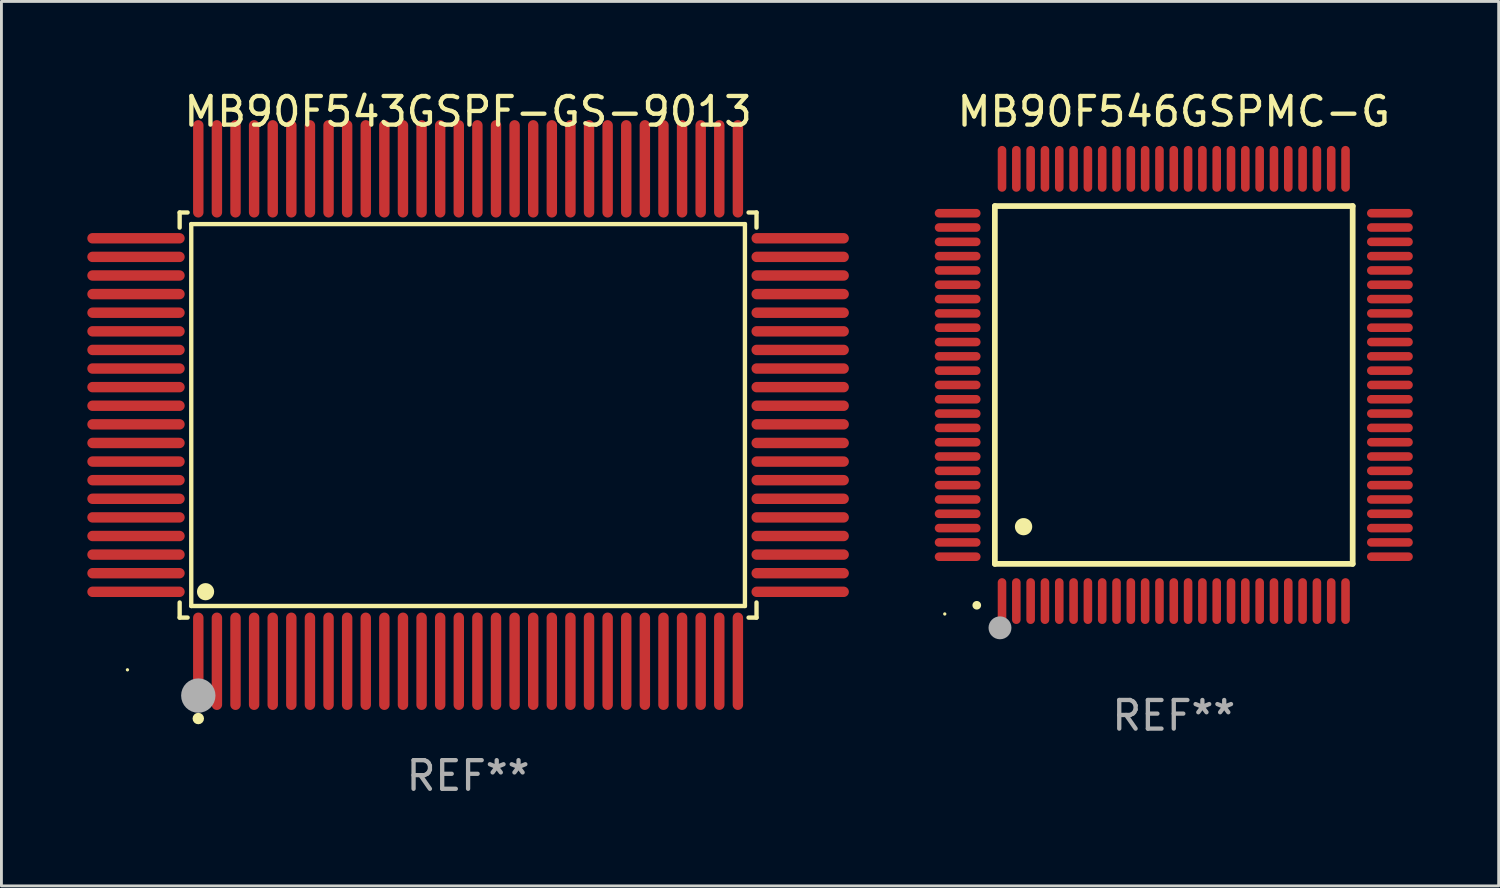
<source format=kicad_pcb>
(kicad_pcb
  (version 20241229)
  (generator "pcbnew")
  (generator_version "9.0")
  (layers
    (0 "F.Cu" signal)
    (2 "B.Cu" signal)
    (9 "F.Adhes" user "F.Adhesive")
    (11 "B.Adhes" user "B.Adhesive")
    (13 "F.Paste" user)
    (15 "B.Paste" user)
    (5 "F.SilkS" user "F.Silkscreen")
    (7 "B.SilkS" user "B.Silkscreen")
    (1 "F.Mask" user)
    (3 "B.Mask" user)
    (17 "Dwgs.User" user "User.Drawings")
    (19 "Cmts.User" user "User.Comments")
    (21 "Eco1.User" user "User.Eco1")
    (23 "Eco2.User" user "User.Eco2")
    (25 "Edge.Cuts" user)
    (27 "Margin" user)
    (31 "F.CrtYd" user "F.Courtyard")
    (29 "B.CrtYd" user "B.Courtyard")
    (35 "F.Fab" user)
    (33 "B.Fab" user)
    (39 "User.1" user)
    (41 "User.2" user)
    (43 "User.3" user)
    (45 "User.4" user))
  (footprint "MB90F546GSPMC-G"
    (layer "F.Cu")
    (at 37.954 10.398)
    (property "Reference" "MB90F546GSPMC-G" (at 0 -9.55 0) (layer "F.SilkS") (effects (font (size 1 1) (thickness 0.15))))
    (attr through_hole)
    (fp_line (start -6.25 -6.25) (end -6.25 6.25) (stroke (width 0.2) (type solid)) (layer "F.SilkS"))
    (fp_line (start -6.25 6.25) (end 6.25 6.25) (stroke (width 0.2) (type solid)) (layer "F.SilkS"))
    (fp_line (start 6.25 -6.25) (end -6.25 -6.25) (stroke (width 0.2) (type solid)) (layer "F.SilkS"))
    (fp_line (start 6.25 6.25) (end 6.25 -6.25) (stroke (width 0.2) (type solid)) (layer "F.SilkS"))
    (fp_arc (start -6.883414 7.696215) (mid -6.882144 7.69621) (end -6.880874 7.696215) (stroke (width 0.3) (type solid)) (layer "F.SilkS"))
    (fp_arc (start -5.250191 4.95047) (mid -5.247651 4.950459) (end -5.245111 4.95047) (stroke (width 0.6) (type solid)) (layer "F.SilkS"))
    (fp_circle (center -8 8) (end -7.97 8) (stroke (width 0.06) (type solid)) (fill no) (layer "F.SilkS"))
    (fp_circle (center -6.071 8.484) (end -5.871 8.484) (stroke (width 0.4) (type solid)) (fill no) (layer "F.Fab"))
    (fp_text user "REF**" (at 0 11.55 0) (layer "F.Fab") (effects (font (size 1 1) (thickness 0.15))))
    (pad "1" smd oval (at -6 7.55) (size 0.3 1.6) (layers "F.Cu" "F.Mask" "F.Paste"))
    (pad "2" smd oval (at -5.5 7.55) (size 0.3 1.6) (layers "F.Cu" "F.Mask" "F.Paste"))
    (pad "3" smd oval (at -5 7.55) (size 0.3 1.6) (layers "F.Cu" "F.Mask" "F.Paste"))
    (pad "4" smd oval (at -4.5 7.55) (size 0.3 1.6) (layers "F.Cu" "F.Mask" "F.Paste"))
    (pad "5" smd oval (at -4 7.55) (size 0.3 1.6) (layers "F.Cu" "F.Mask" "F.Paste"))
    (pad "6" smd oval (at -3.5 7.55) (size 0.3 1.6) (layers "F.Cu" "F.Mask" "F.Paste"))
    (pad "7" smd oval (at -3 7.55) (size 0.3 1.6) (layers "F.Cu" "F.Mask" "F.Paste"))
    (pad "8" smd oval (at -2.5 7.55) (size 0.3 1.6) (layers "F.Cu" "F.Mask" "F.Paste"))
    (pad "9" smd oval (at -2 7.55) (size 0.3 1.6) (layers "F.Cu" "F.Mask" "F.Paste"))
    (pad "10" smd oval (at -1.5 7.55) (size 0.3 1.6) (layers "F.Cu" "F.Mask" "F.Paste"))
    (pad "11" smd oval (at -1 7.55) (size 0.3 1.6) (layers "F.Cu" "F.Mask" "F.Paste"))
    (pad "12" smd oval (at -0.5 7.55) (size 0.3 1.6) (layers "F.Cu" "F.Mask" "F.Paste"))
    (pad "13" smd oval (at 0 7.55) (size 0.3 1.6) (layers "F.Cu" "F.Mask" "F.Paste"))
    (pad "14" smd oval (at 0.5 7.55) (size 0.3 1.6) (layers "F.Cu" "F.Mask" "F.Paste"))
    (pad "15" smd oval (at 1 7.55) (size 0.3 1.6) (layers "F.Cu" "F.Mask" "F.Paste"))
    (pad "16" smd oval (at 1.5 7.55) (size 0.3 1.6) (layers "F.Cu" "F.Mask" "F.Paste"))
    (pad "17" smd oval (at 2 7.55) (size 0.3 1.6) (layers "F.Cu" "F.Mask" "F.Paste"))
    (pad "18" smd oval (at 2.5 7.55) (size 0.3 1.6) (layers "F.Cu" "F.Mask" "F.Paste"))
    (pad "19" smd oval (at 3 7.55) (size 0.3 1.6) (layers "F.Cu" "F.Mask" "F.Paste"))
    (pad "20" smd oval (at 3.5 7.55) (size 0.3 1.6) (layers "F.Cu" "F.Mask" "F.Paste"))
    (pad "21" smd oval (at 4 7.55) (size 0.3 1.6) (layers "F.Cu" "F.Mask" "F.Paste"))
    (pad "22" smd oval (at 4.5 7.55) (size 0.3 1.6) (layers "F.Cu" "F.Mask" "F.Paste"))
    (pad "23" smd oval (at 5 7.55) (size 0.3 1.6) (layers "F.Cu" "F.Mask" "F.Paste"))
    (pad "24" smd oval (at 5.5 7.55) (size 0.3 1.6) (layers "F.Cu" "F.Mask" "F.Paste"))
    (pad "25" smd oval (at 6 7.55) (size 0.3 1.6) (layers "F.Cu" "F.Mask" "F.Paste"))
    (pad "26" smd oval (at 7.55 6) (size 1.6 0.3) (layers "F.Cu" "F.Mask" "F.Paste"))
    (pad "27" smd oval (at 7.55 5.5) (size 1.6 0.3) (layers "F.Cu" "F.Mask" "F.Paste"))
    (pad "28" smd oval (at 7.55 5) (size 1.6 0.3) (layers "F.Cu" "F.Mask" "F.Paste"))
    (pad "29" smd oval (at 7.55 4.5) (size 1.6 0.3) (layers "F.Cu" "F.Mask" "F.Paste"))
    (pad "30" smd oval (at 7.55 4) (size 1.6 0.3) (layers "F.Cu" "F.Mask" "F.Paste"))
    (pad "31" smd oval (at 7.55 3.5) (size 1.6 0.3) (layers "F.Cu" "F.Mask" "F.Paste"))
    (pad "32" smd oval (at 7.55 3) (size 1.6 0.3) (layers "F.Cu" "F.Mask" "F.Paste"))
    (pad "33" smd oval (at 7.55 2.5) (size 1.6 0.3) (layers "F.Cu" "F.Mask" "F.Paste"))
    (pad "34" smd oval (at 7.55 2) (size 1.6 0.3) (layers "F.Cu" "F.Mask" "F.Paste"))
    (pad "35" smd oval (at 7.55 1.5) (size 1.6 0.3) (layers "F.Cu" "F.Mask" "F.Paste"))
    (pad "36" smd oval (at 7.55 1) (size 1.6 0.3) (layers "F.Cu" "F.Mask" "F.Paste"))
    (pad "37" smd oval (at 7.55 0.5) (size 1.6 0.3) (layers "F.Cu" "F.Mask" "F.Paste"))
    (pad "38" smd oval (at 7.55 0) (size 1.6 0.3) (layers "F.Cu" "F.Mask" "F.Paste"))
    (pad "39" smd oval (at 7.55 -0.5) (size 1.6 0.3) (layers "F.Cu" "F.Mask" "F.Paste"))
    (pad "40" smd oval (at 7.55 -1) (size 1.6 0.3) (layers "F.Cu" "F.Mask" "F.Paste"))
    (pad "41" smd oval (at 7.55 -1.5) (size 1.6 0.3) (layers "F.Cu" "F.Mask" "F.Paste"))
    (pad "42" smd oval (at 7.55 -2) (size 1.6 0.3) (layers "F.Cu" "F.Mask" "F.Paste"))
    (pad "43" smd oval (at 7.55 -2.5) (size 1.6 0.3) (layers "F.Cu" "F.Mask" "F.Paste"))
    (pad "44" smd oval (at 7.55 -3) (size 1.6 0.3) (layers "F.Cu" "F.Mask" "F.Paste"))
    (pad "45" smd oval (at 7.55 -3.5) (size 1.6 0.3) (layers "F.Cu" "F.Mask" "F.Paste"))
    (pad "46" smd oval (at 7.55 -4) (size 1.6 0.3) (layers "F.Cu" "F.Mask" "F.Paste"))
    (pad "47" smd oval (at 7.55 -4.5) (size 1.6 0.3) (layers "F.Cu" "F.Mask" "F.Paste"))
    (pad "48" smd oval (at 7.55 -5) (size 1.6 0.3) (layers "F.Cu" "F.Mask" "F.Paste"))
    (pad "49" smd oval (at 7.55 -5.5) (size 1.6 0.3) (layers "F.Cu" "F.Mask" "F.Paste"))
    (pad "50" smd oval (at 7.55 -6) (size 1.6 0.3) (layers "F.Cu" "F.Mask" "F.Paste"))
    (pad "51" smd oval (at 6 -7.55) (size 0.3 1.6) (layers "F.Cu" "F.Mask" "F.Paste"))
    (pad "52" smd oval (at 5.5 -7.55) (size 0.3 1.6) (layers "F.Cu" "F.Mask" "F.Paste"))
    (pad "53" smd oval (at 5 -7.55) (size 0.3 1.6) (layers "F.Cu" "F.Mask" "F.Paste"))
    (pad "54" smd oval (at 4.5 -7.55) (size 0.3 1.6) (layers "F.Cu" "F.Mask" "F.Paste"))
    (pad "55" smd oval (at 4 -7.55) (size 0.3 1.6) (layers "F.Cu" "F.Mask" "F.Paste"))
    (pad "56" smd oval (at 3.5 -7.55) (size 0.3 1.6) (layers "F.Cu" "F.Mask" "F.Paste"))
    (pad "57" smd oval (at 3 -7.55) (size 0.3 1.6) (layers "F.Cu" "F.Mask" "F.Paste"))
    (pad "58" smd oval (at 2.5 -7.55) (size 0.3 1.6) (layers "F.Cu" "F.Mask" "F.Paste"))
    (pad "59" smd oval (at 2 -7.55) (size 0.3 1.6) (layers "F.Cu" "F.Mask" "F.Paste"))
    (pad "60" smd oval (at 1.5 -7.55) (size 0.3 1.6) (layers "F.Cu" "F.Mask" "F.Paste"))
    (pad "61" smd oval (at 1 -7.55) (size 0.3 1.6) (layers "F.Cu" "F.Mask" "F.Paste"))
    (pad "62" smd oval (at 0.5 -7.55) (size 0.3 1.6) (layers "F.Cu" "F.Mask" "F.Paste"))
    (pad "63" smd oval (at 0 -7.55) (size 0.3 1.6) (layers "F.Cu" "F.Mask" "F.Paste"))
    (pad "64" smd oval (at -0.5 -7.55) (size 0.3 1.6) (layers "F.Cu" "F.Mask" "F.Paste"))
    (pad "65" smd oval (at -1 -7.55) (size 0.3 1.6) (layers "F.Cu" "F.Mask" "F.Paste"))
    (pad "66" smd oval (at -1.5 -7.55) (size 0.3 1.6) (layers "F.Cu" "F.Mask" "F.Paste"))
    (pad "67" smd oval (at -2 -7.55) (size 0.3 1.6) (layers "F.Cu" "F.Mask" "F.Paste"))
    (pad "68" smd oval (at -2.5 -7.55) (size 0.3 1.6) (layers "F.Cu" "F.Mask" "F.Paste"))
    (pad "69" smd oval (at -3 -7.55) (size 0.3 1.6) (layers "F.Cu" "F.Mask" "F.Paste"))
    (pad "70" smd oval (at -3.5 -7.55) (size 0.3 1.6) (layers "F.Cu" "F.Mask" "F.Paste"))
    (pad "71" smd oval (at -4 -7.55) (size 0.3 1.6) (layers "F.Cu" "F.Mask" "F.Paste"))
    (pad "72" smd oval (at -4.5 -7.55) (size 0.3 1.6) (layers "F.Cu" "F.Mask" "F.Paste"))
    (pad "73" smd oval (at -5 -7.55) (size 0.3 1.6) (layers "F.Cu" "F.Mask" "F.Paste"))
    (pad "74" smd oval (at -5.5 -7.55) (size 0.3 1.6) (layers "F.Cu" "F.Mask" "F.Paste"))
    (pad "75" smd oval (at -6 -7.55) (size 0.3 1.6) (layers "F.Cu" "F.Mask" "F.Paste"))
    (pad "76" smd oval (at -7.55 -6) (size 1.6 0.3) (layers "F.Cu" "F.Mask" "F.Paste"))
    (pad "77" smd oval (at -7.55 -5.5) (size 1.6 0.3) (layers "F.Cu" "F.Mask" "F.Paste"))
    (pad "78" smd oval (at -7.55 -5) (size 1.6 0.3) (layers "F.Cu" "F.Mask" "F.Paste"))
    (pad "79" smd oval (at -7.55 -4.5) (size 1.6 0.3) (layers "F.Cu" "F.Mask" "F.Paste"))
    (pad "80" smd oval (at -7.55 -4) (size 1.6 0.3) (layers "F.Cu" "F.Mask" "F.Paste"))
    (pad "81" smd oval (at -7.55 -3.5) (size 1.6 0.3) (layers "F.Cu" "F.Mask" "F.Paste"))
    (pad "82" smd oval (at -7.55 -3) (size 1.6 0.3) (layers "F.Cu" "F.Mask" "F.Paste"))
    (pad "83" smd oval (at -7.55 -2.5) (size 1.6 0.3) (layers "F.Cu" "F.Mask" "F.Paste"))
    (pad "84" smd oval (at -7.55 -2) (size 1.6 0.3) (layers "F.Cu" "F.Mask" "F.Paste"))
    (pad "85" smd oval (at -7.55 -1.5) (size 1.6 0.3) (layers "F.Cu" "F.Mask" "F.Paste"))
    (pad "86" smd oval (at -7.55 -1) (size 1.6 0.3) (layers "F.Cu" "F.Mask" "F.Paste"))
    (pad "87" smd oval (at -7.55 -0.5) (size 1.6 0.3) (layers "F.Cu" "F.Mask" "F.Paste"))
    (pad "88" smd oval (at -7.55 0) (size 1.6 0.3) (layers "F.Cu" "F.Mask" "F.Paste"))
    (pad "89" smd oval (at -7.55 0.5) (size 1.6 0.3) (layers "F.Cu" "F.Mask" "F.Paste"))
    (pad "90" smd oval (at -7.55 1) (size 1.6 0.3) (layers "F.Cu" "F.Mask" "F.Paste"))
    (pad "91" smd oval (at -7.55 1.5) (size 1.6 0.3) (layers "F.Cu" "F.Mask" "F.Paste"))
    (pad "92" smd oval (at -7.55 2) (size 1.6 0.3) (layers "F.Cu" "F.Mask" "F.Paste"))
    (pad "93" smd oval (at -7.55 2.5) (size 1.6 0.3) (layers "F.Cu" "F.Mask" "F.Paste"))
    (pad "94" smd oval (at -7.55 3) (size 1.6 0.3) (layers "F.Cu" "F.Mask" "F.Paste"))
    (pad "95" smd oval (at -7.55 3.5) (size 1.6 0.3) (layers "F.Cu" "F.Mask" "F.Paste"))
    (pad "96" smd oval (at -7.55 4) (size 1.6 0.3) (layers "F.Cu" "F.Mask" "F.Paste"))
    (pad "97" smd oval (at -7.55 4.5) (size 1.6 0.3) (layers "F.Cu" "F.Mask" "F.Paste"))
    (pad "98" smd oval (at -7.55 5) (size 1.6 0.3) (layers "F.Cu" "F.Mask" "F.Paste"))
    (pad "99" smd oval (at -7.55 5.5) (size 1.6 0.3) (layers "F.Cu" "F.Mask" "F.Paste"))
    (pad "100" smd oval (at -7.55 6) (size 1.6 0.3) (layers "F.Cu" "F.Mask" "F.Paste")))
  (footprint "MB90F543GSPF-GS-9013"
    (layer "F.Cu")
    (at 13.302 11.449)
    (property "Reference" "MB90F543GSPF-GS-9013" (at 0 -10.601 0) (layer "F.SilkS") (effects (font (size 1 1) (thickness 0.15))))
    (attr through_hole)
    (fp_line (start -10.076 -7.076) (end -9.798 -7.076) (stroke (width 0.152) (type solid)) (layer "F.SilkS"))
    (fp_line (start -10.076 -6.548) (end -10.076 -7.076) (stroke (width 0.152) (type solid)) (layer "F.SilkS"))
    (fp_line (start -10.076 6.548) (end -10.076 7.076) (stroke (width 0.152) (type solid)) (layer "F.SilkS"))
    (fp_line (start -10.076 7.076) (end -9.798 7.076) (stroke (width 0.152) (type solid)) (layer "F.SilkS"))
    (fp_line (start -9.671 -6.671) (end 9.671 -6.671) (stroke (width 0.152) (type solid)) (layer "F.SilkS"))
    (fp_line (start -9.671 6.671) (end -9.671 -6.671) (stroke (width 0.152) (type solid)) (layer "F.SilkS"))
    (fp_line (start 9.671 -6.671) (end 9.671 6.671) (stroke (width 0.152) (type solid)) (layer "F.SilkS"))
    (fp_line (start 9.671 6.671) (end -9.671 6.671) (stroke (width 0.152) (type solid)) (layer "F.SilkS"))
    (fp_line (start 10.076 -7.076) (end 9.798 -7.076) (stroke (width 0.152) (type solid)) (layer "F.SilkS"))
    (fp_line (start 10.076 -6.548) (end 10.076 -7.076) (stroke (width 0.152) (type solid)) (layer "F.SilkS"))
    (fp_line (start 10.076 6.548) (end 10.076 7.076) (stroke (width 0.152) (type solid)) (layer "F.SilkS"))
    (fp_line (start 10.076 7.076) (end 9.798 7.076) (stroke (width 0.152) (type solid)) (layer "F.SilkS"))
    (fp_circle (center -11.9 8.9) (end -11.87 8.9) (stroke (width 0.06) (type solid)) (fill no) (layer "F.SilkS"))
    (fp_circle (center -9.425 10.602) (end -9.325 10.602) (stroke (width 0.2) (type solid)) (fill no) (layer "F.SilkS"))
    (fp_circle (center -9.171 6.171) (end -9.021 6.171) (stroke (width 0.3) (type solid)) (fill no) (layer "F.SilkS"))
    (fp_circle (center -9.425 9.8) (end -9.125 9.8) (stroke (width 0.6) (type solid)) (fill no) (layer "F.Fab"))
    (fp_text user "REF**" (at 0 12.601 0) (layer "F.Fab") (effects (font (size 1 1) (thickness 0.15))))
    (pad "1" smd oval (at -9.425 8.601) (size 0.364 3.402) (layers "F.Cu" "F.Mask" "F.Paste"))
    (pad "2" smd oval (at -8.775 8.601) (size 0.364 3.402) (layers "F.Cu" "F.Mask" "F.Paste"))
    (pad "3" smd oval (at -8.125 8.601) (size 0.364 3.402) (layers "F.Cu" "F.Mask" "F.Paste"))
    (pad "4" smd oval (at -7.475 8.601) (size 0.364 3.402) (layers "F.Cu" "F.Mask" "F.Paste"))
    (pad "5" smd oval (at -6.825 8.601) (size 0.364 3.402) (layers "F.Cu" "F.Mask" "F.Paste"))
    (pad "6" smd oval (at -6.175 8.601) (size 0.364 3.402) (layers "F.Cu" "F.Mask" "F.Paste"))
    (pad "7" smd oval (at -5.525 8.601) (size 0.364 3.402) (layers "F.Cu" "F.Mask" "F.Paste"))
    (pad "8" smd oval (at -4.875 8.601) (size 0.364 3.402) (layers "F.Cu" "F.Mask" "F.Paste"))
    (pad "9" smd oval (at -4.225 8.601) (size 0.364 3.402) (layers "F.Cu" "F.Mask" "F.Paste"))
    (pad "10" smd oval (at -3.575 8.601) (size 0.364 3.402) (layers "F.Cu" "F.Mask" "F.Paste"))
    (pad "11" smd oval (at -2.925 8.601) (size 0.364 3.402) (layers "F.Cu" "F.Mask" "F.Paste"))
    (pad "12" smd oval (at -2.275 8.601) (size 0.364 3.402) (layers "F.Cu" "F.Mask" "F.Paste"))
    (pad "13" smd oval (at -1.625 8.601) (size 0.364 3.402) (layers "F.Cu" "F.Mask" "F.Paste"))
    (pad "14" smd oval (at -0.975 8.601) (size 0.364 3.402) (layers "F.Cu" "F.Mask" "F.Paste"))
    (pad "15" smd oval (at -0.325 8.601) (size 0.364 3.402) (layers "F.Cu" "F.Mask" "F.Paste"))
    (pad "16" smd oval (at 0.325 8.601) (size 0.364 3.402) (layers "F.Cu" "F.Mask" "F.Paste"))
    (pad "17" smd oval (at 0.975 8.601) (size 0.364 3.402) (layers "F.Cu" "F.Mask" "F.Paste"))
    (pad "18" smd oval (at 1.625 8.601) (size 0.364 3.402) (layers "F.Cu" "F.Mask" "F.Paste"))
    (pad "19" smd oval (at 2.275 8.601) (size 0.364 3.402) (layers "F.Cu" "F.Mask" "F.Paste"))
    (pad "20" smd oval (at 2.925 8.601) (size 0.364 3.402) (layers "F.Cu" "F.Mask" "F.Paste"))
    (pad "21" smd oval (at 3.575 8.601) (size 0.364 3.402) (layers "F.Cu" "F.Mask" "F.Paste"))
    (pad "22" smd oval (at 4.225 8.601) (size 0.364 3.402) (layers "F.Cu" "F.Mask" "F.Paste"))
    (pad "23" smd oval (at 4.875 8.601) (size 0.364 3.402) (layers "F.Cu" "F.Mask" "F.Paste"))
    (pad "24" smd oval (at 5.525 8.601) (size 0.364 3.402) (layers "F.Cu" "F.Mask" "F.Paste"))
    (pad "25" smd oval (at 6.175 8.601) (size 0.364 3.402) (layers "F.Cu" "F.Mask" "F.Paste"))
    (pad "26" smd oval (at 6.825 8.601) (size 0.364 3.402) (layers "F.Cu" "F.Mask" "F.Paste"))
    (pad "27" smd oval (at 7.475 8.601) (size 0.364 3.402) (layers "F.Cu" "F.Mask" "F.Paste"))
    (pad "28" smd oval (at 8.125 8.601) (size 0.364 3.402) (layers "F.Cu" "F.Mask" "F.Paste"))
    (pad "29" smd oval (at 8.775 8.601) (size 0.364 3.402) (layers "F.Cu" "F.Mask" "F.Paste"))
    (pad "30" smd oval (at 9.425 8.601) (size 0.364 3.402) (layers "F.Cu" "F.Mask" "F.Paste"))
    (pad "31" smd oval (at 11.601 6.175) (size 3.402 0.364) (layers "F.Cu" "F.Mask" "F.Paste"))
    (pad "32" smd oval (at 11.601 5.525) (size 3.402 0.364) (layers "F.Cu" "F.Mask" "F.Paste"))
    (pad "33" smd oval (at 11.601 4.875) (size 3.402 0.364) (layers "F.Cu" "F.Mask" "F.Paste"))
    (pad "34" smd oval (at 11.601 4.225) (size 3.402 0.364) (layers "F.Cu" "F.Mask" "F.Paste"))
    (pad "35" smd oval (at 11.601 3.575) (size 3.402 0.364) (layers "F.Cu" "F.Mask" "F.Paste"))
    (pad "36" smd oval (at 11.601 2.925) (size 3.402 0.364) (layers "F.Cu" "F.Mask" "F.Paste"))
    (pad "37" smd oval (at 11.601 2.275) (size 3.402 0.364) (layers "F.Cu" "F.Mask" "F.Paste"))
    (pad "38" smd oval (at 11.601 1.625) (size 3.402 0.364) (layers "F.Cu" "F.Mask" "F.Paste"))
    (pad "39" smd oval (at 11.601 0.975) (size 3.402 0.364) (layers "F.Cu" "F.Mask" "F.Paste"))
    (pad "40" smd oval (at 11.601 0.325) (size 3.402 0.364) (layers "F.Cu" "F.Mask" "F.Paste"))
    (pad "41" smd oval (at 11.601 -0.325) (size 3.402 0.364) (layers "F.Cu" "F.Mask" "F.Paste"))
    (pad "42" smd oval (at 11.601 -0.975) (size 3.402 0.364) (layers "F.Cu" "F.Mask" "F.Paste"))
    (pad "43" smd oval (at 11.601 -1.625) (size 3.402 0.364) (layers "F.Cu" "F.Mask" "F.Paste"))
    (pad "44" smd oval (at 11.601 -2.275) (size 3.402 0.364) (layers "F.Cu" "F.Mask" "F.Paste"))
    (pad "45" smd oval (at 11.601 -2.925) (size 3.402 0.364) (layers "F.Cu" "F.Mask" "F.Paste"))
    (pad "46" smd oval (at 11.601 -3.575) (size 3.402 0.364) (layers "F.Cu" "F.Mask" "F.Paste"))
    (pad "47" smd oval (at 11.601 -4.225) (size 3.402 0.364) (layers "F.Cu" "F.Mask" "F.Paste"))
    (pad "48" smd oval (at 11.601 -4.875) (size 3.402 0.364) (layers "F.Cu" "F.Mask" "F.Paste"))
    (pad "49" smd oval (at 11.601 -5.525) (size 3.402 0.364) (layers "F.Cu" "F.Mask" "F.Paste"))
    (pad "50" smd oval (at 11.601 -6.175) (size 3.402 0.364) (layers "F.Cu" "F.Mask" "F.Paste"))
    (pad "51" smd oval (at 9.425 -8.601) (size 0.364 3.402) (layers "F.Cu" "F.Mask" "F.Paste"))
    (pad "52" smd oval (at 8.775 -8.601) (size 0.364 3.402) (layers "F.Cu" "F.Mask" "F.Paste"))
    (pad "53" smd oval (at 8.125 -8.601) (size 0.364 3.402) (layers "F.Cu" "F.Mask" "F.Paste"))
    (pad "54" smd oval (at 7.475 -8.601) (size 0.364 3.402) (layers "F.Cu" "F.Mask" "F.Paste"))
    (pad "55" smd oval (at 6.825 -8.601) (size 0.364 3.402) (layers "F.Cu" "F.Mask" "F.Paste"))
    (pad "56" smd oval (at 6.175 -8.601) (size 0.364 3.402) (layers "F.Cu" "F.Mask" "F.Paste"))
    (pad "57" smd oval (at 5.525 -8.601) (size 0.364 3.402) (layers "F.Cu" "F.Mask" "F.Paste"))
    (pad "58" smd oval (at 4.875 -8.601) (size 0.364 3.402) (layers "F.Cu" "F.Mask" "F.Paste"))
    (pad "59" smd oval (at 4.225 -8.601) (size 0.364 3.402) (layers "F.Cu" "F.Mask" "F.Paste"))
    (pad "60" smd oval (at 3.575 -8.601) (size 0.364 3.402) (layers "F.Cu" "F.Mask" "F.Paste"))
    (pad "61" smd oval (at 2.925 -8.601) (size 0.364 3.402) (layers "F.Cu" "F.Mask" "F.Paste"))
    (pad "62" smd oval (at 2.275 -8.601) (size 0.364 3.402) (layers "F.Cu" "F.Mask" "F.Paste"))
    (pad "63" smd oval (at 1.625 -8.601) (size 0.364 3.402) (layers "F.Cu" "F.Mask" "F.Paste"))
    (pad "64" smd oval (at 0.975 -8.601) (size 0.364 3.402) (layers "F.Cu" "F.Mask" "F.Paste"))
    (pad "65" smd oval (at 0.325 -8.601) (size 0.364 3.402) (layers "F.Cu" "F.Mask" "F.Paste"))
    (pad "66" smd oval (at -0.325 -8.601) (size 0.364 3.402) (layers "F.Cu" "F.Mask" "F.Paste"))
    (pad "67" smd oval (at -0.975 -8.601) (size 0.364 3.402) (layers "F.Cu" "F.Mask" "F.Paste"))
    (pad "68" smd oval (at -1.625 -8.601) (size 0.364 3.402) (layers "F.Cu" "F.Mask" "F.Paste"))
    (pad "69" smd oval (at -2.275 -8.601) (size 0.364 3.402) (layers "F.Cu" "F.Mask" "F.Paste"))
    (pad "70" smd oval (at -2.925 -8.601) (size 0.364 3.402) (layers "F.Cu" "F.Mask" "F.Paste"))
    (pad "71" smd oval (at -3.575 -8.601) (size 0.364 3.402) (layers "F.Cu" "F.Mask" "F.Paste"))
    (pad "72" smd oval (at -4.225 -8.601) (size 0.364 3.402) (layers "F.Cu" "F.Mask" "F.Paste"))
    (pad "73" smd oval (at -4.875 -8.601) (size 0.364 3.402) (layers "F.Cu" "F.Mask" "F.Paste"))
    (pad "74" smd oval (at -5.525 -8.601) (size 0.364 3.402) (layers "F.Cu" "F.Mask" "F.Paste"))
    (pad "75" smd oval (at -6.175 -8.601) (size 0.364 3.402) (layers "F.Cu" "F.Mask" "F.Paste"))
    (pad "76" smd oval (at -6.825 -8.601) (size 0.364 3.402) (layers "F.Cu" "F.Mask" "F.Paste"))
    (pad "77" smd oval (at -7.475 -8.601) (size 0.364 3.402) (layers "F.Cu" "F.Mask" "F.Paste"))
    (pad "78" smd oval (at -8.125 -8.601) (size 0.364 3.402) (layers "F.Cu" "F.Mask" "F.Paste"))
    (pad "79" smd oval (at -8.775 -8.601) (size 0.364 3.402) (layers "F.Cu" "F.Mask" "F.Paste"))
    (pad "80" smd oval (at -9.425 -8.601) (size 0.364 3.402) (layers "F.Cu" "F.Mask" "F.Paste"))
    (pad "81" smd oval (at -11.601 -6.175) (size 3.402 0.364) (layers "F.Cu" "F.Mask" "F.Paste"))
    (pad "82" smd oval (at -11.601 -5.525) (size 3.402 0.364) (layers "F.Cu" "F.Mask" "F.Paste"))
    (pad "83" smd oval (at -11.601 -4.875) (size 3.402 0.364) (layers "F.Cu" "F.Mask" "F.Paste"))
    (pad "84" smd oval (at -11.601 -4.225) (size 3.402 0.364) (layers "F.Cu" "F.Mask" "F.Paste"))
    (pad "85" smd oval (at -11.601 -3.575) (size 3.402 0.364) (layers "F.Cu" "F.Mask" "F.Paste"))
    (pad "86" smd oval (at -11.601 -2.925) (size 3.402 0.364) (layers "F.Cu" "F.Mask" "F.Paste"))
    (pad "87" smd oval (at -11.601 -2.275) (size 3.402 0.364) (layers "F.Cu" "F.Mask" "F.Paste"))
    (pad "88" smd oval (at -11.601 -1.625) (size 3.402 0.364) (layers "F.Cu" "F.Mask" "F.Paste"))
    (pad "89" smd oval (at -11.601 -0.975) (size 3.402 0.364) (layers "F.Cu" "F.Mask" "F.Paste"))
    (pad "90" smd oval (at -11.601 -0.325) (size 3.402 0.364) (layers "F.Cu" "F.Mask" "F.Paste"))
    (pad "91" smd oval (at -11.601 0.325) (size 3.402 0.364) (layers "F.Cu" "F.Mask" "F.Paste"))
    (pad "92" smd oval (at -11.601 0.975) (size 3.402 0.364) (layers "F.Cu" "F.Mask" "F.Paste"))
    (pad "93" smd oval (at -11.601 1.625) (size 3.402 0.364) (layers "F.Cu" "F.Mask" "F.Paste"))
    (pad "94" smd oval (at -11.601 2.275) (size 3.402 0.364) (layers "F.Cu" "F.Mask" "F.Paste"))
    (pad "95" smd oval (at -11.601 2.925) (size 3.402 0.364) (layers "F.Cu" "F.Mask" "F.Paste"))
    (pad "96" smd oval (at -11.601 3.575) (size 3.402 0.364) (layers "F.Cu" "F.Mask" "F.Paste"))
    (pad "97" smd oval (at -11.601 4.225) (size 3.402 0.364) (layers "F.Cu" "F.Mask" "F.Paste"))
    (pad "98" smd oval (at -11.601 4.875) (size 3.402 0.364) (layers "F.Cu" "F.Mask" "F.Paste"))
    (pad "99" smd oval (at -11.601 5.525) (size 3.402 0.364) (layers "F.Cu" "F.Mask" "F.Paste"))
    (pad "100" smd oval (at -11.601 6.175) (size 3.402 0.364) (layers "F.Cu" "F.Mask" "F.Paste")))
  (gr_rect
    (start -3 -3)
    (end 49.304 27.898)
    (stroke (width 0.1) (type default))
    (fill no)
    (layer "Edge.Cuts")))
</source>
